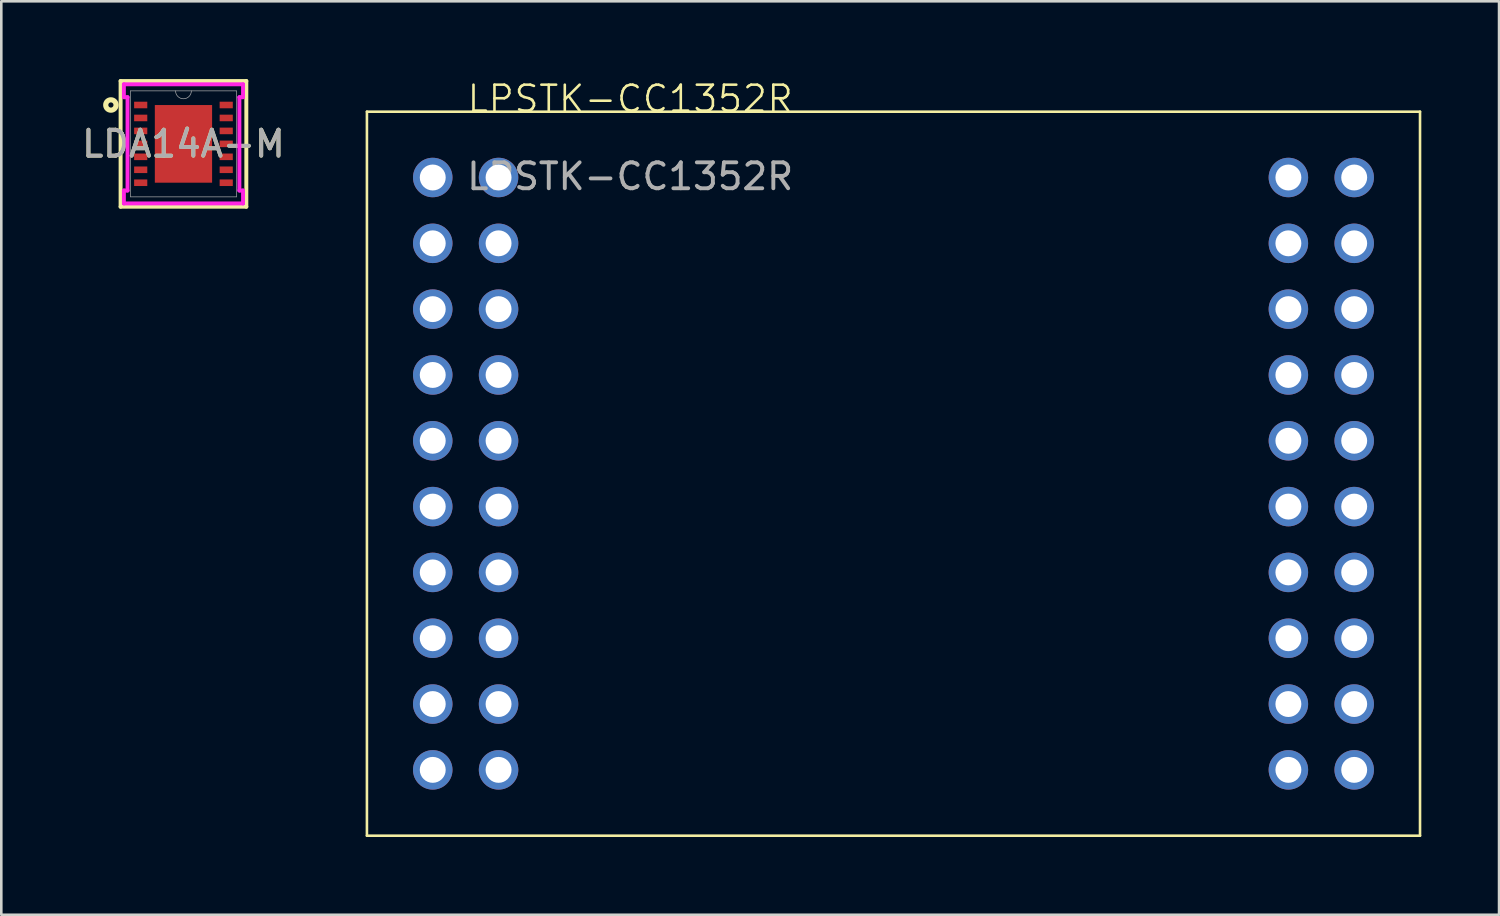
<source format=kicad_pcb>
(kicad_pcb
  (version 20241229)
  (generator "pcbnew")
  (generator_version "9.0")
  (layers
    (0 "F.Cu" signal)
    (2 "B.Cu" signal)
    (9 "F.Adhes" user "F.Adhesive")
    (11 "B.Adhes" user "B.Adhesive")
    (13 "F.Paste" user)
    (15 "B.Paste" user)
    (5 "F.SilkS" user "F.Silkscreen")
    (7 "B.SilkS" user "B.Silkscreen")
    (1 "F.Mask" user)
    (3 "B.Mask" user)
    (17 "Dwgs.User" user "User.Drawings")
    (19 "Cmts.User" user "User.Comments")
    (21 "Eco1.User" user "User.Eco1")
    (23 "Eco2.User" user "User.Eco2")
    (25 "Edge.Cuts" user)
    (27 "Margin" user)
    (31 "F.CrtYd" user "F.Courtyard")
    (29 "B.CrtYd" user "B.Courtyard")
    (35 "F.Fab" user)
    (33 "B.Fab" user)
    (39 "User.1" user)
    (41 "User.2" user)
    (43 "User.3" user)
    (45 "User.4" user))
  (footprint "LPSTK-CC1352R"
    (layer "F.Cu")
    (at 21.27 1.26)
    (property "Reference" "LPSTK-CC1352R" (at 0 -0.5 0) (unlocked yes) (layer "F.SilkS") (effects (font (size 1 1) (thickness 0.1))))
    (attr through_hole)
    (fp_line (start -10.16 0) (end 30.48 0) (stroke (width 0.1) (type default)) (layer "F.SilkS"))
    (fp_line (start -10.16 27.94) (end -10.16 0) (stroke (width 0.1) (type default)) (layer "F.SilkS"))
    (fp_line (start 30.48 0) (end 30.48 27.94) (stroke (width 0.1) (type default)) (layer "F.SilkS"))
    (fp_line (start 30.48 27.94) (end -10.16 27.94) (stroke (width 0.1) (type default)) (layer "F.SilkS"))
    (fp_text user "${REFERENCE}" (at 0 2.5 0) (unlocked yes) (layer "F.Fab") (effects (font (size 1 1) (thickness 0.15))))
    (pad "1" thru_hole circle (at -7.62 2.54) (size 1.524 1.524) (drill 1) (layers "*.Cu" "*.Mask"))
    (pad "2" thru_hole circle (at -7.62 5.08) (size 1.524 1.524) (drill 1) (layers "*.Cu" "*.Mask"))
    (pad "3" thru_hole circle (at -7.62 7.62) (size 1.524 1.524) (drill 1) (layers "*.Cu" "*.Mask"))
    (pad "4" thru_hole circle (at -7.62 10.16) (size 1.524 1.524) (drill 1) (layers "*.Cu" "*.Mask"))
    (pad "5" thru_hole circle (at -7.62 12.7) (size 1.524 1.524) (drill 1) (layers "*.Cu" "*.Mask"))
    (pad "6" thru_hole circle (at -7.62 15.24) (size 1.524 1.524) (drill 1) (layers "*.Cu" "*.Mask"))
    (pad "7" thru_hole circle (at -7.62 17.78) (size 1.524 1.524) (drill 1) (layers "*.Cu" "*.Mask"))
    (pad "8" thru_hole circle (at -7.62 20.32) (size 1.524 1.524) (drill 1) (layers "*.Cu" "*.Mask"))
    (pad "9" thru_hole circle (at -7.62 22.86) (size 1.524 1.524) (drill 1) (layers "*.Cu" "*.Mask"))
    (pad "10" thru_hole circle (at -7.62 25.4) (size 1.524 1.524) (drill 1) (layers "*.Cu" "*.Mask"))
    (pad "11" thru_hole circle (at 27.94 25.4) (size 1.524 1.524) (drill 1) (layers "*.Cu" "*.Mask"))
    (pad "12" thru_hole circle (at 27.94 22.86) (size 1.524 1.524) (drill 1) (layers "*.Cu" "*.Mask"))
    (pad "13" thru_hole circle (at 27.94 20.32) (size 1.524 1.524) (drill 1) (layers "*.Cu" "*.Mask"))
    (pad "14" thru_hole circle (at 27.94 17.78) (size 1.524 1.524) (drill 1) (layers "*.Cu" "*.Mask"))
    (pad "15" thru_hole circle (at 27.94 15.24) (size 1.524 1.524) (drill 1) (layers "*.Cu" "*.Mask"))
    (pad "16" thru_hole circle (at 27.94 12.7) (size 1.524 1.524) (drill 1) (layers "*.Cu" "*.Mask"))
    (pad "17" thru_hole circle (at 27.94 10.16) (size 1.524 1.524) (drill 1) (layers "*.Cu" "*.Mask"))
    (pad "18" thru_hole circle (at 27.94 7.62) (size 1.524 1.524) (drill 1) (layers "*.Cu" "*.Mask"))
    (pad "19" thru_hole circle (at 27.94 5.08) (size 1.524 1.524) (drill 1) (layers "*.Cu" "*.Mask"))
    (pad "20" thru_hole circle (at 27.94 2.54) (size 1.524 1.524) (drill 1) (layers "*.Cu" "*.Mask"))
    (pad "21" thru_hole circle (at -5.08 2.54) (size 1.524 1.524) (drill 1) (layers "*.Cu" "*.Mask"))
    (pad "22" thru_hole circle (at -5.08 5.08) (size 1.524 1.524) (drill 1) (layers "*.Cu" "*.Mask"))
    (pad "23" thru_hole circle (at -5.08 7.62) (size 1.524 1.524) (drill 1) (layers "*.Cu" "*.Mask"))
    (pad "24" thru_hole circle (at -5.08 10.16) (size 1.524 1.524) (drill 1) (layers "*.Cu" "*.Mask"))
    (pad "25" thru_hole circle (at -5.08 12.7) (size 1.524 1.524) (drill 1) (layers "*.Cu" "*.Mask"))
    (pad "26" thru_hole circle (at -5.08 15.24) (size 1.524 1.524) (drill 1) (layers "*.Cu" "*.Mask"))
    (pad "27" thru_hole circle (at -5.08 17.78) (size 1.524 1.524) (drill 1) (layers "*.Cu" "*.Mask"))
    (pad "28" thru_hole circle (at -5.08 20.32) (size 1.524 1.524) (drill 1) (layers "*.Cu" "*.Mask"))
    (pad "29" thru_hole circle (at -5.08 22.86) (size 1.524 1.524) (drill 1) (layers "*.Cu" "*.Mask"))
    (pad "30" thru_hole circle (at -5.08 25.4) (size 1.524 1.524) (drill 1) (layers "*.Cu" "*.Mask"))
    (pad "31" thru_hole circle (at 25.4 25.4) (size 1.524 1.524) (drill 1) (layers "*.Cu" "*.Mask"))
    (pad "32" thru_hole circle (at 25.4 22.86) (size 1.524 1.524) (drill 1) (layers "*.Cu" "*.Mask"))
    (pad "33" thru_hole circle (at 25.4 20.32) (size 1.524 1.524) (drill 1) (layers "*.Cu" "*.Mask"))
    (pad "34" thru_hole circle (at 25.4 17.78) (size 1.524 1.524) (drill 1) (layers "*.Cu" "*.Mask"))
    (pad "35" thru_hole circle (at 25.4 15.24) (size 1.524 1.524) (drill 1) (layers "*.Cu" "*.Mask"))
    (pad "36" thru_hole circle (at 25.4 12.7) (size 1.524 1.524) (drill 1) (layers "*.Cu" "*.Mask"))
    (pad "37" thru_hole circle (at 25.4 10.16) (size 1.524 1.524) (drill 1) (layers "*.Cu" "*.Mask"))
    (pad "38" thru_hole circle (at 25.4 7.62) (size 1.524 1.524) (drill 1) (layers "*.Cu" "*.Mask"))
    (pad "39" thru_hole circle (at 25.4 5.08) (size 1.524 1.524) (drill 1) (layers "*.Cu" "*.Mask"))
    (pad "40" thru_hole circle (at 25.4 2.54) (size 1.524 1.524) (drill 1) (layers "*.Cu" "*.Mask")))
  (footprint "LDA14A-M"
    (layer "F.Cu")
    (at 4.03 2.502)
    (property "Reference" "LDA14A-M" (at 0 0 0) (unlocked yes) (layer "F.SilkS") (effects (font (size 1 1) (thickness 0.15))))
    (attr smd)
    (fp_line (start -2.426 -2.426) (end -2.426 2.426) (stroke (width 0.152) (type solid)) (layer "F.SilkS"))
    (fp_line (start -2.426 2.426) (end 2.426 2.426) (stroke (width 0.152) (type solid)) (layer "F.SilkS"))
    (fp_line (start 2.426 -2.426) (end -2.426 -2.426) (stroke (width 0.152) (type solid)) (layer "F.SilkS"))
    (fp_line (start 2.426 2.426) (end 2.426 -2.426) (stroke (width 0.152) (type solid)) (layer "F.SilkS"))
    (fp_circle (center -2.8 -1.5) (end -2.6 -1.5) (stroke (width 0.2) (type default)) (fill no) (layer "F.SilkS"))
    (fp_poly (pts (xy -2.006 -1.627) (xy -2.006 -1.373) (xy -1.498 -1.373) (xy -1.498 -1.627)) (stroke (width 0) (type solid)) (fill yes) (layer "F.Paste"))
    (fp_poly (pts (xy -2.006 -1.127) (xy -2.006 -0.873) (xy -1.498 -0.873) (xy -1.498 -1.127)) (stroke (width 0) (type solid)) (fill yes) (layer "F.Paste"))
    (fp_poly (pts (xy -2.006 -0.627) (xy -2.006 -0.373) (xy -1.498 -0.373) (xy -1.498 -0.627)) (stroke (width 0) (type solid)) (fill yes) (layer "F.Paste"))
    (fp_poly (pts (xy -2.006 -0.127) (xy -2.006 0.127) (xy -1.498 0.127) (xy -1.498 -0.127)) (stroke (width 0) (type solid)) (fill yes) (layer "F.Paste"))
    (fp_poly (pts (xy -2.006 0.373) (xy -2.006 0.627) (xy -1.498 0.627) (xy -1.498 0.373)) (stroke (width 0) (type solid)) (fill yes) (layer "F.Paste"))
    (fp_poly (pts (xy -2.006 0.873) (xy -2.006 1.127) (xy -1.498 1.127) (xy -1.498 0.873)) (stroke (width 0) (type solid)) (fill yes) (layer "F.Paste"))
    (fp_poly (pts (xy -2.006 1.373) (xy -2.006 1.627) (xy -1.498 1.627) (xy -1.498 1.373)) (stroke (width 0) (type solid)) (fill yes) (layer "F.Paste"))
    (fp_poly (pts (xy -1.003 -1.395) (xy -1.003 -0.1) (xy 1.003 -0.1) (xy 1.003 -1.395)) (stroke (width 0) (type solid)) (fill yes) (layer "F.Paste"))
    (fp_poly (pts (xy -1.003 0.1) (xy -1.003 1.395) (xy 1.003 1.395) (xy 1.003 0.1)) (stroke (width 0) (type solid)) (fill yes) (layer "F.Paste"))
    (fp_poly (pts (xy 1.498 -1.627) (xy 1.498 -1.373) (xy 2.006 -1.373) (xy 2.006 -1.627)) (stroke (width 0) (type solid)) (fill yes) (layer "F.Paste"))
    (fp_poly (pts (xy 1.498 -1.127) (xy 1.498 -0.873) (xy 2.006 -0.873) (xy 2.006 -1.127)) (stroke (width 0) (type solid)) (fill yes) (layer "F.Paste"))
    (fp_poly (pts (xy 1.498 -0.627) (xy 1.498 -0.373) (xy 2.006 -0.373) (xy 2.006 -0.627)) (stroke (width 0) (type solid)) (fill yes) (layer "F.Paste"))
    (fp_poly (pts (xy 1.498 -0.127) (xy 1.498 0.127) (xy 2.006 0.127) (xy 2.006 -0.127)) (stroke (width 0) (type solid)) (fill yes) (layer "F.Paste"))
    (fp_poly (pts (xy 1.498 0.373) (xy 1.498 0.627) (xy 2.006 0.627) (xy 2.006 0.373)) (stroke (width 0) (type solid)) (fill yes) (layer "F.Paste"))
    (fp_poly (pts (xy 1.498 0.873) (xy 1.498 1.127) (xy 2.006 1.127) (xy 2.006 0.873)) (stroke (width 0) (type solid)) (fill yes) (layer "F.Paste"))
    (fp_poly (pts (xy 1.498 1.373) (xy 1.498 1.627) (xy 2.006 1.627) (xy 2.006 1.373)) (stroke (width 0) (type solid)) (fill yes) (layer "F.Paste"))
    (fp_line (start -2.299 -2.299) (end 2.299 -2.299) (stroke (width 0.152) (type solid)) (layer "F.CrtYd"))
    (fp_line (start -2.299 -1.801) (end -2.299 -2.299) (stroke (width 0.152) (type solid)) (layer "F.CrtYd"))
    (fp_line (start -2.299 2.299) (end -2.299 1.801) (stroke (width 0.152) (type solid)) (layer "F.CrtYd"))
    (fp_line (start -2.158 -1.801) (end -2.299 -1.801) (stroke (width 0.152) (type solid)) (layer "F.CrtYd"))
    (fp_line (start -2.158 1.801) (end -2.299 1.801) (stroke (width 0.152) (type solid)) (layer "F.CrtYd"))
    (fp_line (start -2.158 1.801) (end -2.158 -1.801) (stroke (width 0.152) (type solid)) (layer "F.CrtYd"))
    (fp_line (start 2.158 -1.801) (end 2.158 1.801) (stroke (width 0.152) (type solid)) (layer "F.CrtYd"))
    (fp_line (start 2.158 -1.801) (end 2.299 -1.801) (stroke (width 0.152) (type solid)) (layer "F.CrtYd"))
    (fp_line (start 2.158 1.801) (end 2.299 1.801) (stroke (width 0.152) (type solid)) (layer "F.CrtYd"))
    (fp_line (start 2.299 -2.299) (end 2.299 -1.801) (stroke (width 0.152) (type solid)) (layer "F.CrtYd"))
    (fp_line (start 2.299 1.801) (end 2.299 2.299) (stroke (width 0.152) (type solid)) (layer "F.CrtYd"))
    (fp_line (start 2.299 2.299) (end -2.299 2.299) (stroke (width 0.152) (type solid)) (layer "F.CrtYd"))
    (fp_line (start -2.045 -2.045) (end -2.045 2.045) (stroke (width 0.025) (type solid)) (layer "F.Fab"))
    (fp_line (start -2.045 2.045) (end 2.045 2.045) (stroke (width 0.025) (type solid)) (layer "F.Fab"))
    (fp_line (start 2.045 -2.045) (end -2.045 -2.045) (stroke (width 0.025) (type solid)) (layer "F.Fab"))
    (fp_line (start 2.045 2.045) (end 2.045 -2.045) (stroke (width 0.025) (type solid)) (layer "F.Fab"))
    (fp_arc (start 0.3048 -2.0447) (mid 0 -1.7399) (end -0.3048 -2.0447) (stroke (width 0.0254) (type solid)) (layer "F.Fab"))
    (fp_text user "${REFERENCE}" (at 0 0 0) (unlocked yes) (layer "F.Fab") (effects (font (size 1 1) (thickness 0.15))))
    (pad "1" smd rect (at -1.65 -1.5) (size 0.508 0.254) (layers "F.Cu" "F.Mask"))
    (pad "2" smd rect (at -1.65 -1) (size 0.508 0.254) (layers "F.Cu" "F.Mask"))
    (pad "3" smd rect (at -1.65 -0.5) (size 0.508 0.254) (layers "F.Cu" "F.Mask"))
    (pad "4" smd rect (at -1.65 0) (size 0.508 0.254) (layers "F.Cu" "F.Mask"))
    (pad "5" smd rect (at -1.65 0.5) (size 0.508 0.254) (layers "F.Cu" "F.Mask"))
    (pad "6" smd rect (at -1.65 1) (size 0.508 0.254) (layers "F.Cu" "F.Mask"))
    (pad "7" smd rect (at -1.65 1.5) (size 0.508 0.254) (layers "F.Cu" "F.Mask"))
    (pad "8" smd rect (at 1.65 1.5) (size 0.508 0.254) (layers "F.Cu" "F.Mask"))
    (pad "9" smd rect (at 1.65 1) (size 0.508 0.254) (layers "F.Cu" "F.Mask"))
    (pad "10" smd rect (at 1.65 0.5) (size 0.508 0.254) (layers "F.Cu" "F.Mask"))
    (pad "11" smd rect (at 1.65 0) (size 0.508 0.254) (layers "F.Cu" "F.Mask"))
    (pad "12" smd rect (at 1.65 -0.5) (size 0.508 0.254) (layers "F.Cu" "F.Mask"))
    (pad "13" smd rect (at 1.65 -1) (size 0.508 0.254) (layers "F.Cu" "F.Mask"))
    (pad "14" smd rect (at 1.65 -1.5) (size 0.508 0.254) (layers "F.Cu" "F.Mask"))
    (pad "15" smd rect (at 0 0) (size 2.21 2.997) (layers "F.Cu" "F.Mask")))
  (gr_rect
    (start -3 -3)
    (end 54.8 32.251)
    (stroke (width 0.1) (type default))
    (fill no)
    (layer "Edge.Cuts")))
</source>
